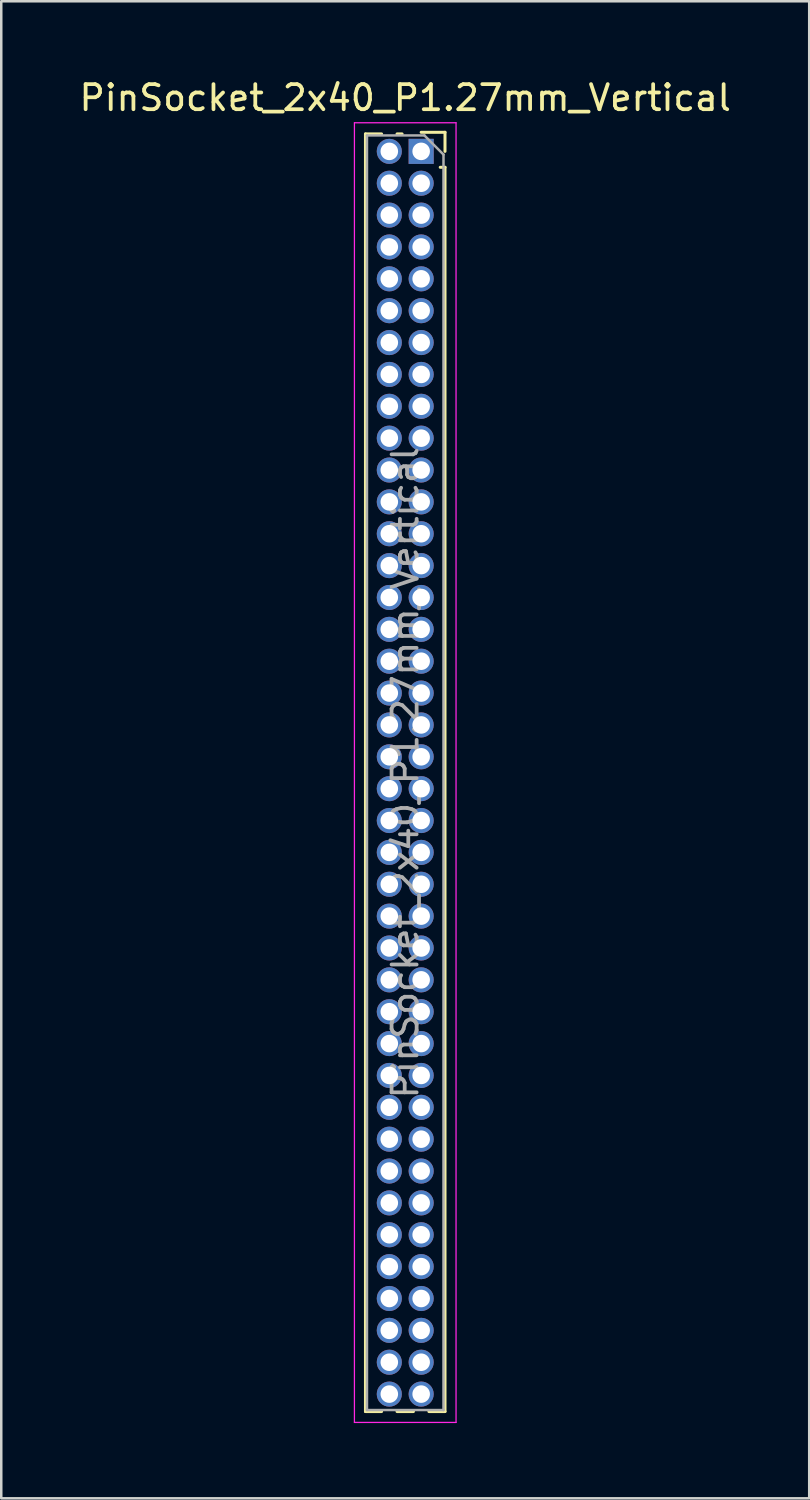
<source format=kicad_pcb>
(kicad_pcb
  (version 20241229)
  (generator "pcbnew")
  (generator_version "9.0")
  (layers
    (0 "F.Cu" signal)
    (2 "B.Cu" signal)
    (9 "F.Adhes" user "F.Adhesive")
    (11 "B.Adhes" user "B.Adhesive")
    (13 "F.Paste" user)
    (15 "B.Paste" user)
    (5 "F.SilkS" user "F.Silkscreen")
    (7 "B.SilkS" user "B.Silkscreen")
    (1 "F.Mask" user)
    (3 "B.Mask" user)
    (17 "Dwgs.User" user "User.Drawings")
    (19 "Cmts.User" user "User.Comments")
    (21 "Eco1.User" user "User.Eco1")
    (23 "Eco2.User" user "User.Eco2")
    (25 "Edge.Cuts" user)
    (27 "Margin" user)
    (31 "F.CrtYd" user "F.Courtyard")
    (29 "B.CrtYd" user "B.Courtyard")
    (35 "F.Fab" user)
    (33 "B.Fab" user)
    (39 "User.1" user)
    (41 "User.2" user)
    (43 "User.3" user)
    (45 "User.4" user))
  (footprint "PinSocket_2x40_P1.27mm_Vertical"
    (layer "F.Cu")
    (at 13.736 2.983)
    (property "Reference" "PinSocket_2x40_P1.27mm_Vertical" (at -0.635 -2.135 0) (layer "F.SilkS") (effects (font (size 1 1) (thickness 0.15))))
    (attr through_hole)
    (fp_line (start -2.22 -0.695) (end -2.22 50.225) (stroke (width 0.12) (type solid)) (layer "F.SilkS"))
    (fp_line (start -2.22 -0.695) (end -1.578 -0.695) (stroke (width 0.12) (type solid)) (layer "F.SilkS"))
    (fp_line (start -2.22 50.225) (end -1.578 50.225) (stroke (width 0.12) (type solid)) (layer "F.SilkS"))
    (fp_line (start -0.962 -0.695) (end -0.76 -0.695) (stroke (width 0.12) (type solid)) (layer "F.SilkS"))
    (fp_line (start -0.962 50.225) (end -0.308 50.225) (stroke (width 0.12) (type solid)) (layer "F.SilkS"))
    (fp_line (start 0 -0.76) (end 0.95 -0.76) (stroke (width 0.12) (type solid)) (layer "F.SilkS"))
    (fp_line (start 0.308 50.225) (end 0.95 50.225) (stroke (width 0.12) (type solid)) (layer "F.SilkS"))
    (fp_line (start 0.76 0.635) (end 0.95 0.635) (stroke (width 0.12) (type solid)) (layer "F.SilkS"))
    (fp_line (start 0.95 -0.76) (end 0.95 0) (stroke (width 0.12) (type solid)) (layer "F.SilkS"))
    (fp_line (start 0.95 0.635) (end 0.95 50.225) (stroke (width 0.12) (type solid)) (layer "F.SilkS"))
    (fp_line (start -2.66 -1.14) (end 1.39 -1.14) (stroke (width 0.05) (type solid)) (layer "F.CrtYd"))
    (fp_line (start -2.66 50.66) (end -2.66 -1.14) (stroke (width 0.05) (type solid)) (layer "F.CrtYd"))
    (fp_line (start 1.39 -1.14) (end 1.39 50.66) (stroke (width 0.05) (type solid)) (layer "F.CrtYd"))
    (fp_line (start 1.39 50.66) (end -2.66 50.66) (stroke (width 0.05) (type solid)) (layer "F.CrtYd"))
    (fp_line (start -2.16 -0.635) (end 0.128 -0.635) (stroke (width 0.1) (type solid)) (layer "F.Fab"))
    (fp_line (start -2.16 50.165) (end -2.16 -0.635) (stroke (width 0.1) (type solid)) (layer "F.Fab"))
    (fp_line (start 0.128 -0.635) (end 0.89 0.127) (stroke (width 0.1) (type solid)) (layer "F.Fab"))
    (fp_line (start 0.89 0.127) (end 0.89 50.165) (stroke (width 0.1) (type solid)) (layer "F.Fab"))
    (fp_line (start 0.89 50.165) (end -2.16 50.165) (stroke (width 0.1) (type solid)) (layer "F.Fab"))
    (fp_text user "${REFERENCE}" (at -0.635 24.765 90) (layer "F.Fab") (effects (font (size 1 1) (thickness 0.15))))
    (pad "1" thru_hole rect (at 0 0) (size 1 1) (drill 0.7) (layers "*.Cu" "*.Mask"))
    (pad "2" thru_hole circle (at -1.27 0) (size 1 1) (drill 0.7) (layers "*.Cu" "*.Mask"))
    (pad "3" thru_hole circle (at 0 1.27) (size 1 1) (drill 0.7) (layers "*.Cu" "*.Mask"))
    (pad "4" thru_hole circle (at -1.27 1.27) (size 1 1) (drill 0.7) (layers "*.Cu" "*.Mask"))
    (pad "5" thru_hole circle (at 0 2.54) (size 1 1) (drill 0.7) (layers "*.Cu" "*.Mask"))
    (pad "6" thru_hole circle (at -1.27 2.54) (size 1 1) (drill 0.7) (layers "*.Cu" "*.Mask"))
    (pad "7" thru_hole circle (at 0 3.81) (size 1 1) (drill 0.7) (layers "*.Cu" "*.Mask"))
    (pad "8" thru_hole circle (at -1.27 3.81) (size 1 1) (drill 0.7) (layers "*.Cu" "*.Mask"))
    (pad "9" thru_hole circle (at 0 5.08) (size 1 1) (drill 0.7) (layers "*.Cu" "*.Mask"))
    (pad "10" thru_hole circle (at -1.27 5.08) (size 1 1) (drill 0.7) (layers "*.Cu" "*.Mask"))
    (pad "11" thru_hole circle (at 0 6.35) (size 1 1) (drill 0.7) (layers "*.Cu" "*.Mask"))
    (pad "12" thru_hole circle (at -1.27 6.35) (size 1 1) (drill 0.7) (layers "*.Cu" "*.Mask"))
    (pad "13" thru_hole circle (at 0 7.62) (size 1 1) (drill 0.7) (layers "*.Cu" "*.Mask"))
    (pad "14" thru_hole circle (at -1.27 7.62) (size 1 1) (drill 0.7) (layers "*.Cu" "*.Mask"))
    (pad "15" thru_hole circle (at 0 8.89) (size 1 1) (drill 0.7) (layers "*.Cu" "*.Mask"))
    (pad "16" thru_hole circle (at -1.27 8.89) (size 1 1) (drill 0.7) (layers "*.Cu" "*.Mask"))
    (pad "17" thru_hole circle (at 0 10.16) (size 1 1) (drill 0.7) (layers "*.Cu" "*.Mask"))
    (pad "18" thru_hole circle (at -1.27 10.16) (size 1 1) (drill 0.7) (layers "*.Cu" "*.Mask"))
    (pad "19" thru_hole circle (at 0 11.43) (size 1 1) (drill 0.7) (layers "*.Cu" "*.Mask"))
    (pad "20" thru_hole circle (at -1.27 11.43) (size 1 1) (drill 0.7) (layers "*.Cu" "*.Mask"))
    (pad "21" thru_hole circle (at 0 12.7) (size 1 1) (drill 0.7) (layers "*.Cu" "*.Mask"))
    (pad "22" thru_hole circle (at -1.27 12.7) (size 1 1) (drill 0.7) (layers "*.Cu" "*.Mask"))
    (pad "23" thru_hole circle (at 0 13.97) (size 1 1) (drill 0.7) (layers "*.Cu" "*.Mask"))
    (pad "24" thru_hole circle (at -1.27 13.97) (size 1 1) (drill 0.7) (layers "*.Cu" "*.Mask"))
    (pad "25" thru_hole circle (at 0 15.24) (size 1 1) (drill 0.7) (layers "*.Cu" "*.Mask"))
    (pad "26" thru_hole circle (at -1.27 15.24) (size 1 1) (drill 0.7) (layers "*.Cu" "*.Mask"))
    (pad "27" thru_hole circle (at 0 16.51) (size 1 1) (drill 0.7) (layers "*.Cu" "*.Mask"))
    (pad "28" thru_hole circle (at -1.27 16.51) (size 1 1) (drill 0.7) (layers "*.Cu" "*.Mask"))
    (pad "29" thru_hole circle (at 0 17.78) (size 1 1) (drill 0.7) (layers "*.Cu" "*.Mask"))
    (pad "30" thru_hole circle (at -1.27 17.78) (size 1 1) (drill 0.7) (layers "*.Cu" "*.Mask"))
    (pad "31" thru_hole circle (at 0 19.05) (size 1 1) (drill 0.7) (layers "*.Cu" "*.Mask"))
    (pad "32" thru_hole circle (at -1.27 19.05) (size 1 1) (drill 0.7) (layers "*.Cu" "*.Mask"))
    (pad "33" thru_hole circle (at 0 20.32) (size 1 1) (drill 0.7) (layers "*.Cu" "*.Mask"))
    (pad "34" thru_hole circle (at -1.27 20.32) (size 1 1) (drill 0.7) (layers "*.Cu" "*.Mask"))
    (pad "35" thru_hole circle (at 0 21.59) (size 1 1) (drill 0.7) (layers "*.Cu" "*.Mask"))
    (pad "36" thru_hole circle (at -1.27 21.59) (size 1 1) (drill 0.7) (layers "*.Cu" "*.Mask"))
    (pad "37" thru_hole circle (at 0 22.86) (size 1 1) (drill 0.7) (layers "*.Cu" "*.Mask"))
    (pad "38" thru_hole circle (at -1.27 22.86) (size 1 1) (drill 0.7) (layers "*.Cu" "*.Mask"))
    (pad "39" thru_hole circle (at 0 24.13) (size 1 1) (drill 0.7) (layers "*.Cu" "*.Mask"))
    (pad "40" thru_hole circle (at -1.27 24.13) (size 1 1) (drill 0.7) (layers "*.Cu" "*.Mask"))
    (pad "41" thru_hole circle (at 0 25.4) (size 1 1) (drill 0.7) (layers "*.Cu" "*.Mask"))
    (pad "42" thru_hole circle (at -1.27 25.4) (size 1 1) (drill 0.7) (layers "*.Cu" "*.Mask"))
    (pad "43" thru_hole circle (at 0 26.67) (size 1 1) (drill 0.7) (layers "*.Cu" "*.Mask"))
    (pad "44" thru_hole circle (at -1.27 26.67) (size 1 1) (drill 0.7) (layers "*.Cu" "*.Mask"))
    (pad "45" thru_hole circle (at 0 27.94) (size 1 1) (drill 0.7) (layers "*.Cu" "*.Mask"))
    (pad "46" thru_hole circle (at -1.27 27.94) (size 1 1) (drill 0.7) (layers "*.Cu" "*.Mask"))
    (pad "47" thru_hole circle (at 0 29.21) (size 1 1) (drill 0.7) (layers "*.Cu" "*.Mask"))
    (pad "48" thru_hole circle (at -1.27 29.21) (size 1 1) (drill 0.7) (layers "*.Cu" "*.Mask"))
    (pad "49" thru_hole circle (at 0 30.48) (size 1 1) (drill 0.7) (layers "*.Cu" "*.Mask"))
    (pad "50" thru_hole circle (at -1.27 30.48) (size 1 1) (drill 0.7) (layers "*.Cu" "*.Mask"))
    (pad "51" thru_hole circle (at 0 31.75) (size 1 1) (drill 0.7) (layers "*.Cu" "*.Mask"))
    (pad "52" thru_hole circle (at -1.27 31.75) (size 1 1) (drill 0.7) (layers "*.Cu" "*.Mask"))
    (pad "53" thru_hole circle (at 0 33.02) (size 1 1) (drill 0.7) (layers "*.Cu" "*.Mask"))
    (pad "54" thru_hole circle (at -1.27 33.02) (size 1 1) (drill 0.7) (layers "*.Cu" "*.Mask"))
    (pad "55" thru_hole circle (at 0 34.29) (size 1 1) (drill 0.7) (layers "*.Cu" "*.Mask"))
    (pad "56" thru_hole circle (at -1.27 34.29) (size 1 1) (drill 0.7) (layers "*.Cu" "*.Mask"))
    (pad "57" thru_hole circle (at 0 35.56) (size 1 1) (drill 0.7) (layers "*.Cu" "*.Mask"))
    (pad "58" thru_hole circle (at -1.27 35.56) (size 1 1) (drill 0.7) (layers "*.Cu" "*.Mask"))
    (pad "59" thru_hole circle (at 0 36.83) (size 1 1) (drill 0.7) (layers "*.Cu" "*.Mask"))
    (pad "60" thru_hole circle (at -1.27 36.83) (size 1 1) (drill 0.7) (layers "*.Cu" "*.Mask"))
    (pad "61" thru_hole circle (at 0 38.1) (size 1 1) (drill 0.7) (layers "*.Cu" "*.Mask"))
    (pad "62" thru_hole circle (at -1.27 38.1) (size 1 1) (drill 0.7) (layers "*.Cu" "*.Mask"))
    (pad "63" thru_hole circle (at 0 39.37) (size 1 1) (drill 0.7) (layers "*.Cu" "*.Mask"))
    (pad "64" thru_hole circle (at -1.27 39.37) (size 1 1) (drill 0.7) (layers "*.Cu" "*.Mask"))
    (pad "65" thru_hole circle (at 0 40.64) (size 1 1) (drill 0.7) (layers "*.Cu" "*.Mask"))
    (pad "66" thru_hole circle (at -1.27 40.64) (size 1 1) (drill 0.7) (layers "*.Cu" "*.Mask"))
    (pad "67" thru_hole circle (at 0 41.91) (size 1 1) (drill 0.7) (layers "*.Cu" "*.Mask"))
    (pad "68" thru_hole circle (at -1.27 41.91) (size 1 1) (drill 0.7) (layers "*.Cu" "*.Mask"))
    (pad "69" thru_hole circle (at 0 43.18) (size 1 1) (drill 0.7) (layers "*.Cu" "*.Mask"))
    (pad "70" thru_hole circle (at -1.27 43.18) (size 1 1) (drill 0.7) (layers "*.Cu" "*.Mask"))
    (pad "71" thru_hole circle (at 0 44.45) (size 1 1) (drill 0.7) (layers "*.Cu" "*.Mask"))
    (pad "72" thru_hole circle (at -1.27 44.45) (size 1 1) (drill 0.7) (layers "*.Cu" "*.Mask"))
    (pad "73" thru_hole circle (at 0 45.72) (size 1 1) (drill 0.7) (layers "*.Cu" "*.Mask"))
    (pad "74" thru_hole circle (at -1.27 45.72) (size 1 1) (drill 0.7) (layers "*.Cu" "*.Mask"))
    (pad "75" thru_hole circle (at 0 46.99) (size 1 1) (drill 0.7) (layers "*.Cu" "*.Mask"))
    (pad "76" thru_hole circle (at -1.27 46.99) (size 1 1) (drill 0.7) (layers "*.Cu" "*.Mask"))
    (pad "77" thru_hole circle (at 0 48.26) (size 1 1) (drill 0.7) (layers "*.Cu" "*.Mask"))
    (pad "78" thru_hole circle (at -1.27 48.26) (size 1 1) (drill 0.7) (layers "*.Cu" "*.Mask"))
    (pad "79" thru_hole circle (at 0 49.53) (size 1 1) (drill 0.7) (layers "*.Cu" "*.Mask"))
    (pad "80" thru_hole circle (at -1.27 49.53) (size 1 1) (drill 0.7) (layers "*.Cu" "*.Mask")))
  (gr_rect
    (start -3 -3)
    (end 29.202 56.668)
    (stroke (width 0.1) (type default))
    (fill no)
    (layer "Edge.Cuts")))
</source>
